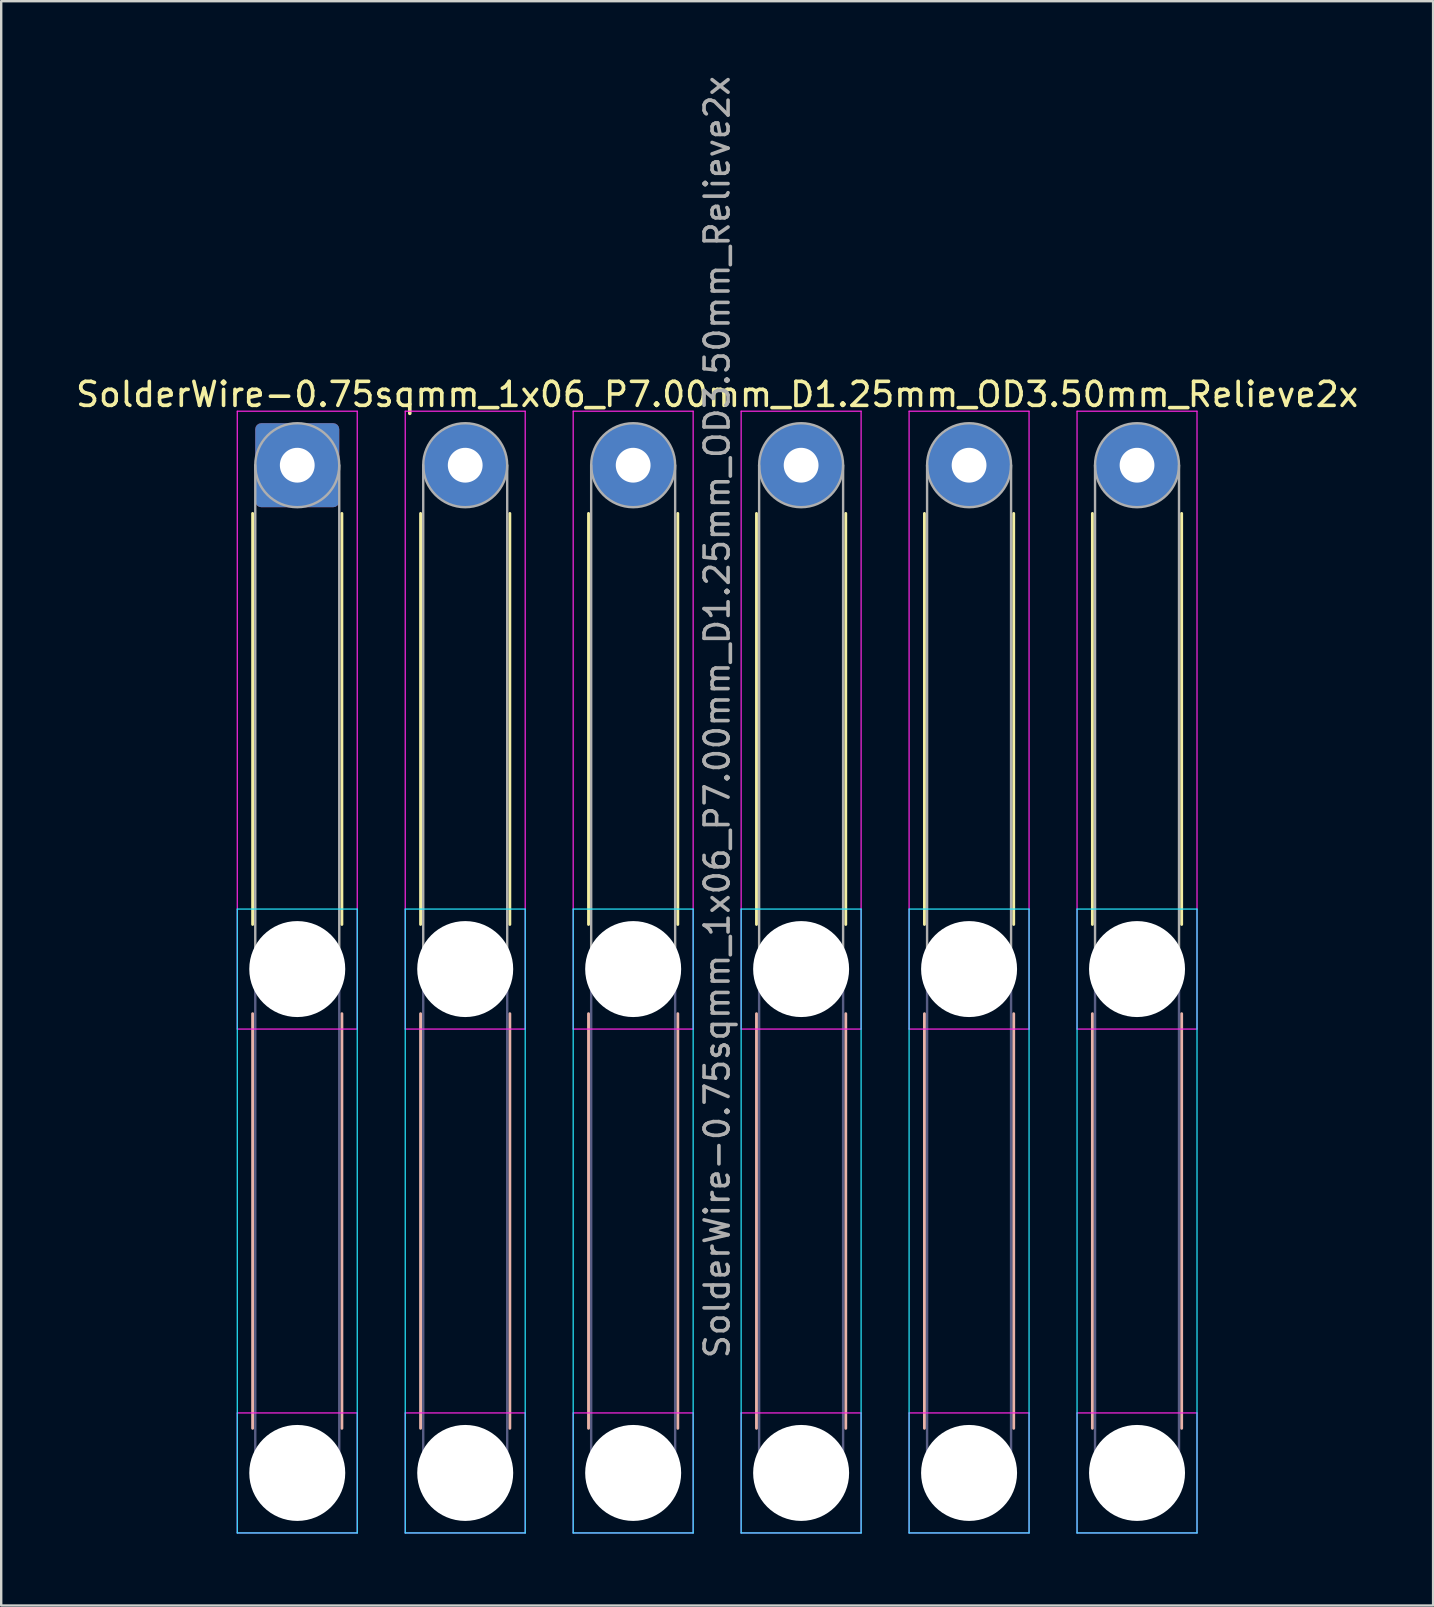
<source format=kicad_pcb>
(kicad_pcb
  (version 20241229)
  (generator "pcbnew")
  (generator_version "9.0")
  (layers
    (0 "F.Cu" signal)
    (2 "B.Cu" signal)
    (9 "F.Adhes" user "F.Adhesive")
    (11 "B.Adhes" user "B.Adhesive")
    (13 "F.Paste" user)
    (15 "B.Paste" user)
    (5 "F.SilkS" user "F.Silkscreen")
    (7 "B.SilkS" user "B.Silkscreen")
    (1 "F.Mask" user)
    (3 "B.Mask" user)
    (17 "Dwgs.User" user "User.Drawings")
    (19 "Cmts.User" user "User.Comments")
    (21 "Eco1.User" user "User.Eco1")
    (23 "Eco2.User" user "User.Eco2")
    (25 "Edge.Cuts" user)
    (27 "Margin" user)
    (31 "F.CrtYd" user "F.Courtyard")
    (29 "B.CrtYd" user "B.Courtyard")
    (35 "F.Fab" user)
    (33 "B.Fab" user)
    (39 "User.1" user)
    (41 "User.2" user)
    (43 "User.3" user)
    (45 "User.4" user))
  (footprint "SolderWire-0.75sqmm_1x06_P7.00mm_D1.25mm_OD3.50mm_Relieve2x"
    (layer "F.Cu")
    (at 9.339 16.339)
    (property "Reference" "SolderWire-0.75sqmm_1x06_P7.00mm_D1.25mm_OD3.50mm_Relieve2x" (at 17.5 -2.95 0) (layer "F.SilkS") (effects (font (size 1 1) (thickness 0.15))))
    (attr exclude_from_pos_files exclude_from_bom)
    (fp_line (start -1.86 2.01) (end -1.86 19.14) (stroke (width 0.12) (type solid)) (layer "F.SilkS"))
    (fp_line (start 1.86 2.01) (end 1.86 19.14) (stroke (width 0.12) (type solid)) (layer "F.SilkS"))
    (fp_line (start 5.14 2.01) (end 5.14 19.14) (stroke (width 0.12) (type solid)) (layer "F.SilkS"))
    (fp_line (start 8.86 2.01) (end 8.86 19.14) (stroke (width 0.12) (type solid)) (layer "F.SilkS"))
    (fp_line (start 12.14 2.01) (end 12.14 19.14) (stroke (width 0.12) (type solid)) (layer "F.SilkS"))
    (fp_line (start 15.86 2.01) (end 15.86 19.14) (stroke (width 0.12) (type solid)) (layer "F.SilkS"))
    (fp_line (start 19.14 2.01) (end 19.14 19.14) (stroke (width 0.12) (type solid)) (layer "F.SilkS"))
    (fp_line (start 22.86 2.01) (end 22.86 19.14) (stroke (width 0.12) (type solid)) (layer "F.SilkS"))
    (fp_line (start 26.14 2.01) (end 26.14 19.14) (stroke (width 0.12) (type solid)) (layer "F.SilkS"))
    (fp_line (start 29.86 2.01) (end 29.86 19.14) (stroke (width 0.12) (type solid)) (layer "F.SilkS"))
    (fp_line (start 33.14 2.01) (end 33.14 19.14) (stroke (width 0.12) (type solid)) (layer "F.SilkS"))
    (fp_line (start 36.86 2.01) (end 36.86 19.14) (stroke (width 0.12) (type solid)) (layer "F.SilkS"))
    (fp_line (start -1.86 22.86) (end -1.86 40.14) (stroke (width 0.12) (type solid)) (layer "B.SilkS"))
    (fp_line (start 1.86 22.86) (end 1.86 40.14) (stroke (width 0.12) (type solid)) (layer "B.SilkS"))
    (fp_line (start 5.14 22.86) (end 5.14 40.14) (stroke (width 0.12) (type solid)) (layer "B.SilkS"))
    (fp_line (start 8.86 22.86) (end 8.86 40.14) (stroke (width 0.12) (type solid)) (layer "B.SilkS"))
    (fp_line (start 12.14 22.86) (end 12.14 40.14) (stroke (width 0.12) (type solid)) (layer "B.SilkS"))
    (fp_line (start 15.86 22.86) (end 15.86 40.14) (stroke (width 0.12) (type solid)) (layer "B.SilkS"))
    (fp_line (start 19.14 22.86) (end 19.14 40.14) (stroke (width 0.12) (type solid)) (layer "B.SilkS"))
    (fp_line (start 22.86 22.86) (end 22.86 40.14) (stroke (width 0.12) (type solid)) (layer "B.SilkS"))
    (fp_line (start 26.14 22.86) (end 26.14 40.14) (stroke (width 0.12) (type solid)) (layer "B.SilkS"))
    (fp_line (start 29.86 22.86) (end 29.86 40.14) (stroke (width 0.12) (type solid)) (layer "B.SilkS"))
    (fp_line (start 33.14 22.86) (end 33.14 40.14) (stroke (width 0.12) (type solid)) (layer "B.SilkS"))
    (fp_line (start 36.86 22.86) (end 36.86 40.14) (stroke (width 0.12) (type solid)) (layer "B.SilkS"))
    (fp_line (start -2.5 18.5) (end -2.5 44.5) (stroke (width 0.05) (type solid)) (layer "B.CrtYd"))
    (fp_line (start -2.5 44.5) (end 2.5 44.5) (stroke (width 0.05) (type solid)) (layer "B.CrtYd"))
    (fp_line (start 2.5 18.5) (end -2.5 18.5) (stroke (width 0.05) (type solid)) (layer "B.CrtYd"))
    (fp_line (start 2.5 44.5) (end 2.5 18.5) (stroke (width 0.05) (type solid)) (layer "B.CrtYd"))
    (fp_line (start 4.5 18.5) (end 4.5 44.5) (stroke (width 0.05) (type solid)) (layer "B.CrtYd"))
    (fp_line (start 4.5 44.5) (end 9.5 44.5) (stroke (width 0.05) (type solid)) (layer "B.CrtYd"))
    (fp_line (start 9.5 18.5) (end 4.5 18.5) (stroke (width 0.05) (type solid)) (layer "B.CrtYd"))
    (fp_line (start 9.5 44.5) (end 9.5 18.5) (stroke (width 0.05) (type solid)) (layer "B.CrtYd"))
    (fp_line (start 11.5 18.5) (end 11.5 44.5) (stroke (width 0.05) (type solid)) (layer "B.CrtYd"))
    (fp_line (start 11.5 44.5) (end 16.5 44.5) (stroke (width 0.05) (type solid)) (layer "B.CrtYd"))
    (fp_line (start 16.5 18.5) (end 11.5 18.5) (stroke (width 0.05) (type solid)) (layer "B.CrtYd"))
    (fp_line (start 16.5 44.5) (end 16.5 18.5) (stroke (width 0.05) (type solid)) (layer "B.CrtYd"))
    (fp_line (start 18.5 18.5) (end 18.5 44.5) (stroke (width 0.05) (type solid)) (layer "B.CrtYd"))
    (fp_line (start 18.5 44.5) (end 23.5 44.5) (stroke (width 0.05) (type solid)) (layer "B.CrtYd"))
    (fp_line (start 23.5 18.5) (end 18.5 18.5) (stroke (width 0.05) (type solid)) (layer "B.CrtYd"))
    (fp_line (start 23.5 44.5) (end 23.5 18.5) (stroke (width 0.05) (type solid)) (layer "B.CrtYd"))
    (fp_line (start 25.5 18.5) (end 25.5 44.5) (stroke (width 0.05) (type solid)) (layer "B.CrtYd"))
    (fp_line (start 25.5 44.5) (end 30.5 44.5) (stroke (width 0.05) (type solid)) (layer "B.CrtYd"))
    (fp_line (start 30.5 18.5) (end 25.5 18.5) (stroke (width 0.05) (type solid)) (layer "B.CrtYd"))
    (fp_line (start 30.5 44.5) (end 30.5 18.5) (stroke (width 0.05) (type solid)) (layer "B.CrtYd"))
    (fp_line (start 32.5 18.5) (end 32.5 44.5) (stroke (width 0.05) (type solid)) (layer "B.CrtYd"))
    (fp_line (start 32.5 44.5) (end 37.5 44.5) (stroke (width 0.05) (type solid)) (layer "B.CrtYd"))
    (fp_line (start 37.5 18.5) (end 32.5 18.5) (stroke (width 0.05) (type solid)) (layer "B.CrtYd"))
    (fp_line (start 37.5 44.5) (end 37.5 18.5) (stroke (width 0.05) (type solid)) (layer "B.CrtYd"))
    (fp_line (start -2.5 -2.25) (end -2.5 23.5) (stroke (width 0.05) (type solid)) (layer "F.CrtYd"))
    (fp_line (start -2.5 23.5) (end 2.5 23.5) (stroke (width 0.05) (type solid)) (layer "F.CrtYd"))
    (fp_line (start -2.5 39.5) (end -2.5 44.5) (stroke (width 0.05) (type solid)) (layer "F.CrtYd"))
    (fp_line (start -2.5 44.5) (end 2.5 44.5) (stroke (width 0.05) (type solid)) (layer "F.CrtYd"))
    (fp_line (start 2.5 -2.25) (end -2.5 -2.25) (stroke (width 0.05) (type solid)) (layer "F.CrtYd"))
    (fp_line (start 2.5 23.5) (end 2.5 -2.25) (stroke (width 0.05) (type solid)) (layer "F.CrtYd"))
    (fp_line (start 2.5 39.5) (end -2.5 39.5) (stroke (width 0.05) (type solid)) (layer "F.CrtYd"))
    (fp_line (start 2.5 44.5) (end 2.5 39.5) (stroke (width 0.05) (type solid)) (layer "F.CrtYd"))
    (fp_line (start 4.5 -2.25) (end 4.5 23.5) (stroke (width 0.05) (type solid)) (layer "F.CrtYd"))
    (fp_line (start 4.5 23.5) (end 9.5 23.5) (stroke (width 0.05) (type solid)) (layer "F.CrtYd"))
    (fp_line (start 4.5 39.5) (end 4.5 44.5) (stroke (width 0.05) (type solid)) (layer "F.CrtYd"))
    (fp_line (start 4.5 44.5) (end 9.5 44.5) (stroke (width 0.05) (type solid)) (layer "F.CrtYd"))
    (fp_line (start 9.5 -2.25) (end 4.5 -2.25) (stroke (width 0.05) (type solid)) (layer "F.CrtYd"))
    (fp_line (start 9.5 23.5) (end 9.5 -2.25) (stroke (width 0.05) (type solid)) (layer "F.CrtYd"))
    (fp_line (start 9.5 39.5) (end 4.5 39.5) (stroke (width 0.05) (type solid)) (layer "F.CrtYd"))
    (fp_line (start 9.5 44.5) (end 9.5 39.5) (stroke (width 0.05) (type solid)) (layer "F.CrtYd"))
    (fp_line (start 11.5 -2.25) (end 11.5 23.5) (stroke (width 0.05) (type solid)) (layer "F.CrtYd"))
    (fp_line (start 11.5 23.5) (end 16.5 23.5) (stroke (width 0.05) (type solid)) (layer "F.CrtYd"))
    (fp_line (start 11.5 39.5) (end 11.5 44.5) (stroke (width 0.05) (type solid)) (layer "F.CrtYd"))
    (fp_line (start 11.5 44.5) (end 16.5 44.5) (stroke (width 0.05) (type solid)) (layer "F.CrtYd"))
    (fp_line (start 16.5 -2.25) (end 11.5 -2.25) (stroke (width 0.05) (type solid)) (layer "F.CrtYd"))
    (fp_line (start 16.5 23.5) (end 16.5 -2.25) (stroke (width 0.05) (type solid)) (layer "F.CrtYd"))
    (fp_line (start 16.5 39.5) (end 11.5 39.5) (stroke (width 0.05) (type solid)) (layer "F.CrtYd"))
    (fp_line (start 16.5 44.5) (end 16.5 39.5) (stroke (width 0.05) (type solid)) (layer "F.CrtYd"))
    (fp_line (start 18.5 -2.25) (end 18.5 23.5) (stroke (width 0.05) (type solid)) (layer "F.CrtYd"))
    (fp_line (start 18.5 23.5) (end 23.5 23.5) (stroke (width 0.05) (type solid)) (layer "F.CrtYd"))
    (fp_line (start 18.5 39.5) (end 18.5 44.5) (stroke (width 0.05) (type solid)) (layer "F.CrtYd"))
    (fp_line (start 18.5 44.5) (end 23.5 44.5) (stroke (width 0.05) (type solid)) (layer "F.CrtYd"))
    (fp_line (start 23.5 -2.25) (end 18.5 -2.25) (stroke (width 0.05) (type solid)) (layer "F.CrtYd"))
    (fp_line (start 23.5 23.5) (end 23.5 -2.25) (stroke (width 0.05) (type solid)) (layer "F.CrtYd"))
    (fp_line (start 23.5 39.5) (end 18.5 39.5) (stroke (width 0.05) (type solid)) (layer "F.CrtYd"))
    (fp_line (start 23.5 44.5) (end 23.5 39.5) (stroke (width 0.05) (type solid)) (layer "F.CrtYd"))
    (fp_line (start 25.5 -2.25) (end 25.5 23.5) (stroke (width 0.05) (type solid)) (layer "F.CrtYd"))
    (fp_line (start 25.5 23.5) (end 30.5 23.5) (stroke (width 0.05) (type solid)) (layer "F.CrtYd"))
    (fp_line (start 25.5 39.5) (end 25.5 44.5) (stroke (width 0.05) (type solid)) (layer "F.CrtYd"))
    (fp_line (start 25.5 44.5) (end 30.5 44.5) (stroke (width 0.05) (type solid)) (layer "F.CrtYd"))
    (fp_line (start 30.5 -2.25) (end 25.5 -2.25) (stroke (width 0.05) (type solid)) (layer "F.CrtYd"))
    (fp_line (start 30.5 23.5) (end 30.5 -2.25) (stroke (width 0.05) (type solid)) (layer "F.CrtYd"))
    (fp_line (start 30.5 39.5) (end 25.5 39.5) (stroke (width 0.05) (type solid)) (layer "F.CrtYd"))
    (fp_line (start 30.5 44.5) (end 30.5 39.5) (stroke (width 0.05) (type solid)) (layer "F.CrtYd"))
    (fp_line (start 32.5 -2.25) (end 32.5 23.5) (stroke (width 0.05) (type solid)) (layer "F.CrtYd"))
    (fp_line (start 32.5 23.5) (end 37.5 23.5) (stroke (width 0.05) (type solid)) (layer "F.CrtYd"))
    (fp_line (start 32.5 39.5) (end 32.5 44.5) (stroke (width 0.05) (type solid)) (layer "F.CrtYd"))
    (fp_line (start 32.5 44.5) (end 37.5 44.5) (stroke (width 0.05) (type solid)) (layer "F.CrtYd"))
    (fp_line (start 37.5 -2.25) (end 32.5 -2.25) (stroke (width 0.05) (type solid)) (layer "F.CrtYd"))
    (fp_line (start 37.5 23.5) (end 37.5 -2.25) (stroke (width 0.05) (type solid)) (layer "F.CrtYd"))
    (fp_line (start 37.5 39.5) (end 32.5 39.5) (stroke (width 0.05) (type solid)) (layer "F.CrtYd"))
    (fp_line (start 37.5 44.5) (end 37.5 39.5) (stroke (width 0.05) (type solid)) (layer "F.CrtYd"))
    (fp_line (start -1.75 21) (end -1.75 42) (stroke (width 0.1) (type solid)) (layer "B.Fab"))
    (fp_line (start 1.75 21) (end 1.75 42) (stroke (width 0.1) (type solid)) (layer "B.Fab"))
    (fp_line (start 5.25 21) (end 5.25 42) (stroke (width 0.1) (type solid)) (layer "B.Fab"))
    (fp_line (start 8.75 21) (end 8.75 42) (stroke (width 0.1) (type solid)) (layer "B.Fab"))
    (fp_line (start 12.25 21) (end 12.25 42) (stroke (width 0.1) (type solid)) (layer "B.Fab"))
    (fp_line (start 15.75 21) (end 15.75 42) (stroke (width 0.1) (type solid)) (layer "B.Fab"))
    (fp_line (start 19.25 21) (end 19.25 42) (stroke (width 0.1) (type solid)) (layer "B.Fab"))
    (fp_line (start 22.75 21) (end 22.75 42) (stroke (width 0.1) (type solid)) (layer "B.Fab"))
    (fp_line (start 26.25 21) (end 26.25 42) (stroke (width 0.1) (type solid)) (layer "B.Fab"))
    (fp_line (start 29.75 21) (end 29.75 42) (stroke (width 0.1) (type solid)) (layer "B.Fab"))
    (fp_line (start 33.25 21) (end 33.25 42) (stroke (width 0.1) (type solid)) (layer "B.Fab"))
    (fp_line (start 36.75 21) (end 36.75 42) (stroke (width 0.1) (type solid)) (layer "B.Fab"))
    (fp_circle (center 0 21) (end 1.75 21) (stroke (width 0.1) (type solid)) (fill no) (layer "B.Fab"))
    (fp_circle (center 0 42) (end 1.75 42) (stroke (width 0.1) (type solid)) (fill no) (layer "B.Fab"))
    (fp_circle (center 7 21) (end 8.75 21) (stroke (width 0.1) (type solid)) (fill no) (layer "B.Fab"))
    (fp_circle (center 7 42) (end 8.75 42) (stroke (width 0.1) (type solid)) (fill no) (layer "B.Fab"))
    (fp_circle (center 14 21) (end 15.75 21) (stroke (width 0.1) (type solid)) (fill no) (layer "B.Fab"))
    (fp_circle (center 14 42) (end 15.75 42) (stroke (width 0.1) (type solid)) (fill no) (layer "B.Fab"))
    (fp_circle (center 21 21) (end 22.75 21) (stroke (width 0.1) (type solid)) (fill no) (layer "B.Fab"))
    (fp_circle (center 21 42) (end 22.75 42) (stroke (width 0.1) (type solid)) (fill no) (layer "B.Fab"))
    (fp_circle (center 28 21) (end 29.75 21) (stroke (width 0.1) (type solid)) (fill no) (layer "B.Fab"))
    (fp_circle (center 28 42) (end 29.75 42) (stroke (width 0.1) (type solid)) (fill no) (layer "B.Fab"))
    (fp_circle (center 35 21) (end 36.75 21) (stroke (width 0.1) (type solid)) (fill no) (layer "B.Fab"))
    (fp_circle (center 35 42) (end 36.75 42) (stroke (width 0.1) (type solid)) (fill no) (layer "B.Fab"))
    (fp_line (start -1.75 0) (end -1.75 21) (stroke (width 0.1) (type solid)) (layer "F.Fab"))
    (fp_line (start 1.75 0) (end 1.75 21) (stroke (width 0.1) (type solid)) (layer "F.Fab"))
    (fp_line (start 5.25 0) (end 5.25 21) (stroke (width 0.1) (type solid)) (layer "F.Fab"))
    (fp_line (start 8.75 0) (end 8.75 21) (stroke (width 0.1) (type solid)) (layer "F.Fab"))
    (fp_line (start 12.25 0) (end 12.25 21) (stroke (width 0.1) (type solid)) (layer "F.Fab"))
    (fp_line (start 15.75 0) (end 15.75 21) (stroke (width 0.1) (type solid)) (layer "F.Fab"))
    (fp_line (start 19.25 0) (end 19.25 21) (stroke (width 0.1) (type solid)) (layer "F.Fab"))
    (fp_line (start 22.75 0) (end 22.75 21) (stroke (width 0.1) (type solid)) (layer "F.Fab"))
    (fp_line (start 26.25 0) (end 26.25 21) (stroke (width 0.1) (type solid)) (layer "F.Fab"))
    (fp_line (start 29.75 0) (end 29.75 21) (stroke (width 0.1) (type solid)) (layer "F.Fab"))
    (fp_line (start 33.25 0) (end 33.25 21) (stroke (width 0.1) (type solid)) (layer "F.Fab"))
    (fp_line (start 36.75 0) (end 36.75 21) (stroke (width 0.1) (type solid)) (layer "F.Fab"))
    (fp_circle (center 0 0) (end 1.75 0) (stroke (width 0.1) (type solid)) (fill no) (layer "F.Fab"))
    (fp_circle (center 0 21) (end 1.75 21) (stroke (width 0.1) (type solid)) (fill no) (layer "F.Fab"))
    (fp_circle (center 0 42) (end 1.75 42) (stroke (width 0.1) (type solid)) (fill no) (layer "F.Fab"))
    (fp_circle (center 7 0) (end 8.75 0) (stroke (width 0.1) (type solid)) (fill no) (layer "F.Fab"))
    (fp_circle (center 7 21) (end 8.75 21) (stroke (width 0.1) (type solid)) (fill no) (layer "F.Fab"))
    (fp_circle (center 7 42) (end 8.75 42) (stroke (width 0.1) (type solid)) (fill no) (layer "F.Fab"))
    (fp_circle (center 14 0) (end 15.75 0) (stroke (width 0.1) (type solid)) (fill no) (layer "F.Fab"))
    (fp_circle (center 14 21) (end 15.75 21) (stroke (width 0.1) (type solid)) (fill no) (layer "F.Fab"))
    (fp_circle (center 14 42) (end 15.75 42) (stroke (width 0.1) (type solid)) (fill no) (layer "F.Fab"))
    (fp_circle (center 21 0) (end 22.75 0) (stroke (width 0.1) (type solid)) (fill no) (layer "F.Fab"))
    (fp_circle (center 21 21) (end 22.75 21) (stroke (width 0.1) (type solid)) (fill no) (layer "F.Fab"))
    (fp_circle (center 21 42) (end 22.75 42) (stroke (width 0.1) (type solid)) (fill no) (layer "F.Fab"))
    (fp_circle (center 28 0) (end 29.75 0) (stroke (width 0.1) (type solid)) (fill no) (layer "F.Fab"))
    (fp_circle (center 28 21) (end 29.75 21) (stroke (width 0.1) (type solid)) (fill no) (layer "F.Fab"))
    (fp_circle (center 28 42) (end 29.75 42) (stroke (width 0.1) (type solid)) (fill no) (layer "F.Fab"))
    (fp_circle (center 35 0) (end 36.75 0) (stroke (width 0.1) (type solid)) (fill no) (layer "F.Fab"))
    (fp_circle (center 35 21) (end 36.75 21) (stroke (width 0.1) (type solid)) (fill no) (layer "F.Fab"))
    (fp_circle (center 35 42) (end 36.75 42) (stroke (width 0.1) (type solid)) (fill no) (layer "F.Fab"))
    (fp_text user "${REFERENCE}" (at 17.5 10.5 90) (layer "F.Fab") (effects (font (size 1 1) (thickness 0.15))))
    (pad "" np_thru_hole circle (at 0 21) (size 4 4) (drill 4) (layers "*.Cu" "*.Mask"))
    (pad "" np_thru_hole circle (at 0 42) (size 4 4) (drill 4) (layers "*.Cu" "*.Mask"))
    (pad "" np_thru_hole circle (at 7 21) (size 4 4) (drill 4) (layers "*.Cu" "*.Mask"))
    (pad "" np_thru_hole circle (at 7 42) (size 4 4) (drill 4) (layers "*.Cu" "*.Mask"))
    (pad "" np_thru_hole circle (at 14 21) (size 4 4) (drill 4) (layers "*.Cu" "*.Mask"))
    (pad "" np_thru_hole circle (at 14 42) (size 4 4) (drill 4) (layers "*.Cu" "*.Mask"))
    (pad "" np_thru_hole circle (at 21 21) (size 4 4) (drill 4) (layers "*.Cu" "*.Mask"))
    (pad "" np_thru_hole circle (at 21 42) (size 4 4) (drill 4) (layers "*.Cu" "*.Mask"))
    (pad "" np_thru_hole circle (at 28 21) (size 4 4) (drill 4) (layers "*.Cu" "*.Mask"))
    (pad "" np_thru_hole circle (at 28 42) (size 4 4) (drill 4) (layers "*.Cu" "*.Mask"))
    (pad "" np_thru_hole circle (at 35 21) (size 4 4) (drill 4) (layers "*.Cu" "*.Mask"))
    (pad "" np_thru_hole circle (at 35 42) (size 4 4) (drill 4) (layers "*.Cu" "*.Mask"))
    (pad "1" thru_hole roundrect (at 0 0) (size 3.5 3.5) (drill 1.45) (layers "*.Cu" "*.Mask") (roundrect_rratio 0.071))
    (pad "2" thru_hole circle (at 7 0) (size 3.5 3.5) (drill 1.45) (layers "*.Cu" "*.Mask"))
    (pad "3" thru_hole circle (at 14 0) (size 3.5 3.5) (drill 1.45) (layers "*.Cu" "*.Mask"))
    (pad "4" thru_hole circle (at 21 0) (size 3.5 3.5) (drill 1.45) (layers "*.Cu" "*.Mask"))
    (pad "5" thru_hole circle (at 28 0) (size 3.5 3.5) (drill 1.45) (layers "*.Cu" "*.Mask"))
    (pad "6" thru_hole circle (at 35 0) (size 3.5 3.5) (drill 1.45) (layers "*.Cu" "*.Mask")))
  (gr_rect
    (start -3 -3)
    (end 56.679 63.864)
    (stroke (width 0.1) (type default))
    (fill no)
    (layer "Edge.Cuts")))
</source>
